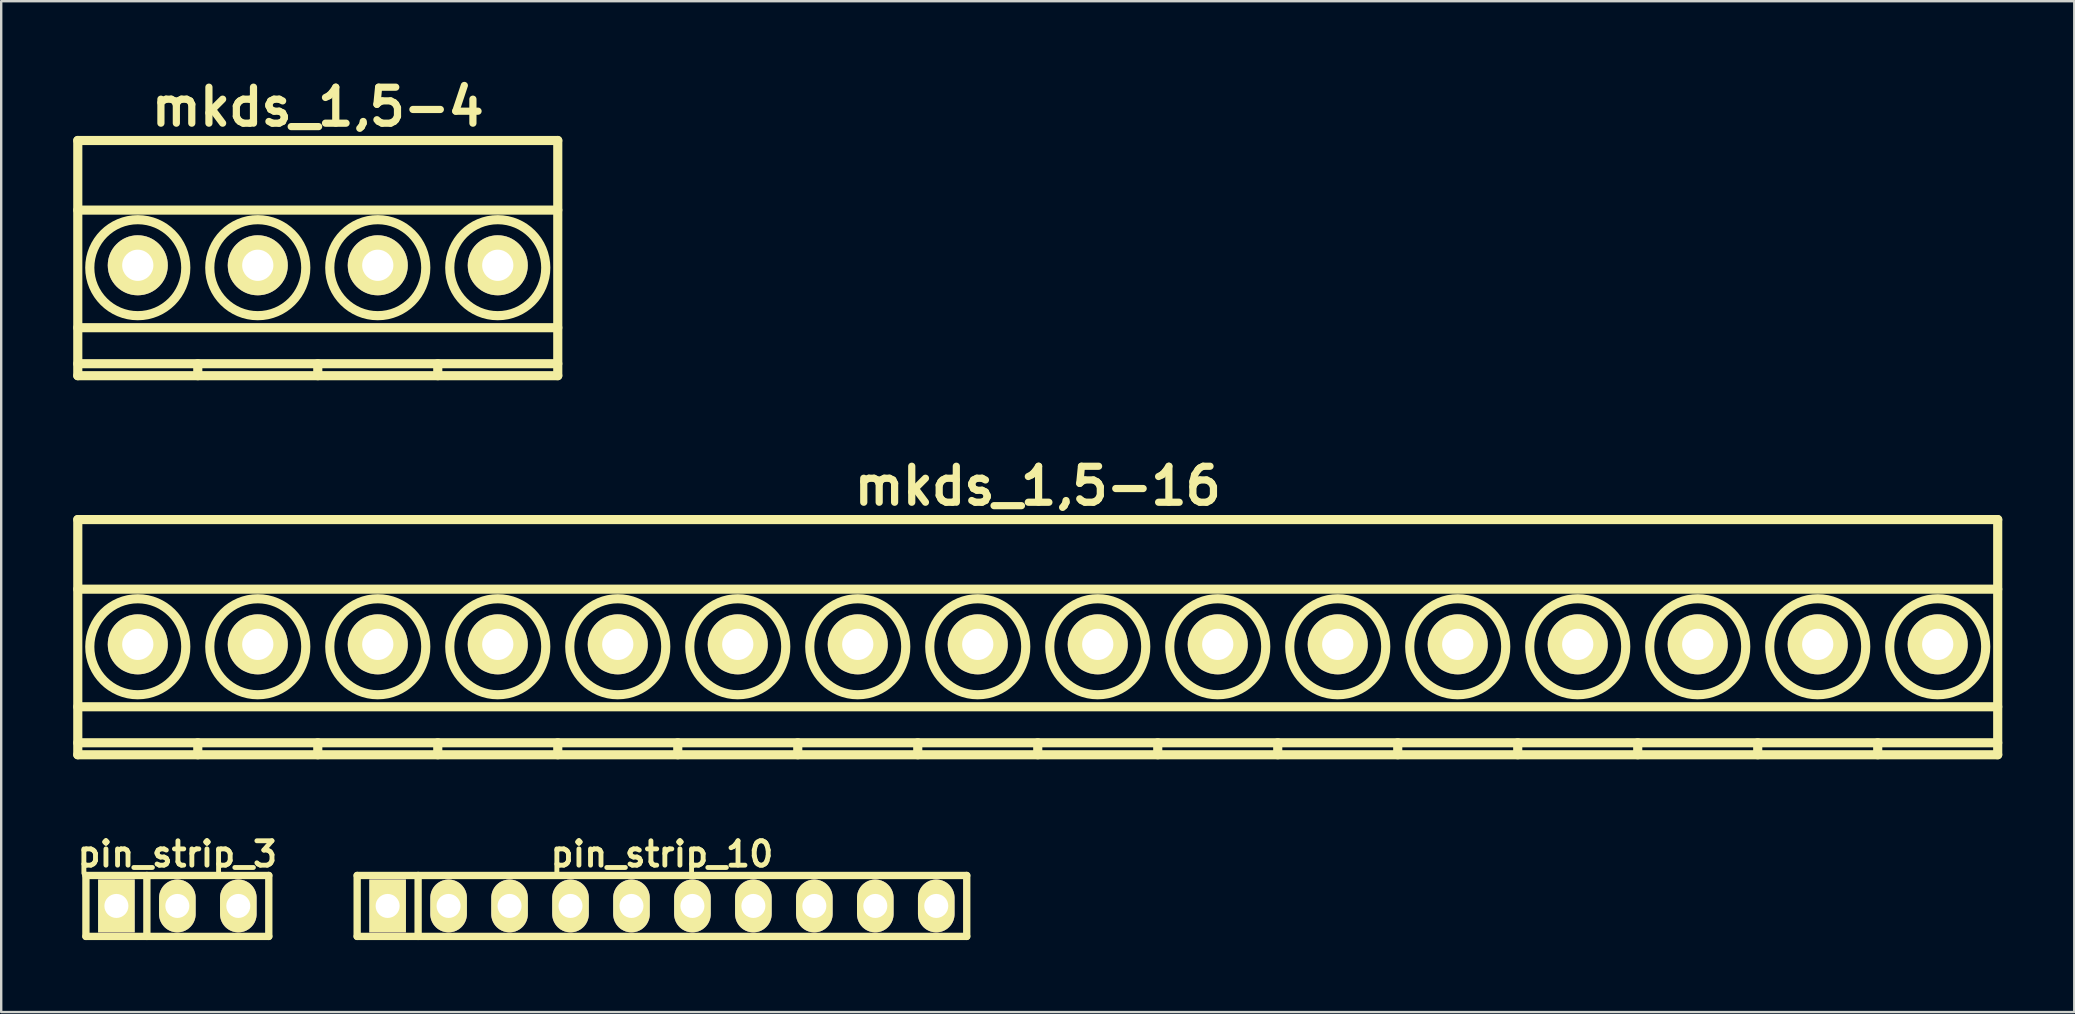
<source format=kicad_pcb>
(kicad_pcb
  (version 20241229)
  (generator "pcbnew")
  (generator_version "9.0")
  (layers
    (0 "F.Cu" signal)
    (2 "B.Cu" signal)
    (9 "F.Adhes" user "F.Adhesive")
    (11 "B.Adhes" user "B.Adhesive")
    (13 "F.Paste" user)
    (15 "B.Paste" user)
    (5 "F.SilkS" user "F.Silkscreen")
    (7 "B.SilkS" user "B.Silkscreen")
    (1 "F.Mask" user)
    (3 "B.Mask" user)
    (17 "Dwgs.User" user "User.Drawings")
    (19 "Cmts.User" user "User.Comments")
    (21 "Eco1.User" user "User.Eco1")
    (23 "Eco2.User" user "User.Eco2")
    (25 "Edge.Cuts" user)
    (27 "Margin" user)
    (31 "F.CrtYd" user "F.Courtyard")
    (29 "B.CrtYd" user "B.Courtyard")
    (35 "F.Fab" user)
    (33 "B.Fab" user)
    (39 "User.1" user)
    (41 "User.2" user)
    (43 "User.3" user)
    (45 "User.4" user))
  (footprint "pin_strip_3"
    (layer "F.Cu")
    (at 4.34 34.699)
    (property "Reference" "pin_strip_3" (at 0 -2.159 0) (layer "F.SilkS") (effects (font (size 1.016 1.016) (thickness 0.203))))
    (attr through_hole)
    (fp_line (start -3.81 -1.27) (end 3.81 -1.27) (stroke (width 0.305) (type solid)) (layer "F.SilkS"))
    (fp_line (start -3.81 1.27) (end -3.81 -1.27) (stroke (width 0.305) (type solid)) (layer "F.SilkS"))
    (fp_line (start -1.27 1.27) (end -1.27 -1.27) (stroke (width 0.305) (type solid)) (layer "F.SilkS"))
    (fp_line (start 3.81 -1.27) (end 3.81 1.27) (stroke (width 0.305) (type solid)) (layer "F.SilkS"))
    (fp_line (start 3.81 1.27) (end -3.81 1.27) (stroke (width 0.305) (type solid)) (layer "F.SilkS"))
    (pad "1" thru_hole rect (at -2.54 0) (size 1.524 2.2) (drill 1.001) (layers "*.Cu" "*.Mask" "F.SilkS"))
    (pad "2" thru_hole oval (at 0 0) (size 1.524 2.2) (drill 1.001) (layers "*.Cu" "*.Mask" "F.SilkS"))
    (pad "3" thru_hole oval (at 2.54 0) (size 1.524 2.2) (drill 1.001) (layers "*.Cu" "*.Mask" "F.SilkS")))
  (footprint "mkds_1,5-4"
    (layer "F.Cu")
    (at 10.191 8.004)
    (property "Reference" "mkds_1,5-4" (at 0 -6.6 0) (layer "F.SilkS") (effects (font (size 1.5 1.5) (thickness 0.3))))
    (attr through_hole)
    (fp_line (start -10 -5.2) (end -10 4.6) (stroke (width 0.381) (type solid)) (layer "F.SilkS"))
    (fp_line (start -10 -2.3) (end 10 -2.3) (stroke (width 0.381) (type solid)) (layer "F.SilkS"))
    (fp_line (start -10 2.6) (end 10 2.6) (stroke (width 0.381) (type solid)) (layer "F.SilkS"))
    (fp_line (start -10 4.1) (end 10 4.1) (stroke (width 0.381) (type solid)) (layer "F.SilkS"))
    (fp_line (start -10 4.6) (end 10 4.6) (stroke (width 0.381) (type solid)) (layer "F.SilkS"))
    (fp_line (start -5 4.1) (end -5 4.6) (stroke (width 0.381) (type solid)) (layer "F.SilkS"))
    (fp_line (start 0 4.1) (end 0 4.6) (stroke (width 0.381) (type solid)) (layer "F.SilkS"))
    (fp_line (start 5 4.1) (end 5 4.6) (stroke (width 0.381) (type solid)) (layer "F.SilkS"))
    (fp_line (start 10 -5.2) (end -10 -5.2) (stroke (width 0.381) (type solid)) (layer "F.SilkS"))
    (fp_line (start 10 4.6) (end 10 -5.2) (stroke (width 0.381) (type solid)) (layer "F.SilkS"))
    (fp_circle (center -7.5 0.1) (end -5.5 0.1) (stroke (width 0.381) (type solid)) (fill no) (layer "F.SilkS"))
    (fp_circle (center -2.5 0.1) (end -4.5 0.1) (stroke (width 0.381) (type solid)) (fill no) (layer "F.SilkS"))
    (fp_circle (center 2.5 0.1) (end 0.5 0.1) (stroke (width 0.381) (type solid)) (fill no) (layer "F.SilkS"))
    (fp_circle (center 7.5 0.1) (end 5.5 0.1) (stroke (width 0.381) (type solid)) (fill no) (layer "F.SilkS"))
    (pad "1" thru_hole circle (at -7.5 0) (size 2.5 2.5) (drill 1.3) (layers "*.Cu" "*.Mask" "F.SilkS"))
    (pad "2" thru_hole circle (at -2.5 0) (size 2.5 2.5) (drill 1.3) (layers "*.Cu" "*.Mask" "F.SilkS"))
    (pad "3" thru_hole circle (at 2.5 0) (size 2.5 2.5) (drill 1.3) (layers "*.Cu" "*.Mask" "F.SilkS"))
    (pad "4" thru_hole circle (at 7.5 0) (size 2.5 2.5) (drill 1.3) (layers "*.Cu" "*.Mask" "F.SilkS")))
  (footprint "mkds_1,5-16"
    (layer "F.Cu")
    (at 40.191 23.799)
    (property "Reference" "mkds_1,5-16" (at 0 -6.6 0) (layer "F.SilkS") (effects (font (size 1.5 1.5) (thickness 0.3))))
    (attr through_hole)
    (fp_line (start -40 -5.2) (end -40 4.6) (stroke (width 0.381) (type solid)) (layer "F.SilkS"))
    (fp_line (start -40 -2.3) (end 40 -2.3) (stroke (width 0.381) (type solid)) (layer "F.SilkS"))
    (fp_line (start -40 2.6) (end 40 2.6) (stroke (width 0.381) (type solid)) (layer "F.SilkS"))
    (fp_line (start -40 4.1) (end 40 4.1) (stroke (width 0.381) (type solid)) (layer "F.SilkS"))
    (fp_line (start -40 4.6) (end 40 4.6) (stroke (width 0.381) (type solid)) (layer "F.SilkS"))
    (fp_line (start -35 4.1) (end -35 4.6) (stroke (width 0.381) (type solid)) (layer "F.SilkS"))
    (fp_line (start -30 4.1) (end -30 4.6) (stroke (width 0.381) (type solid)) (layer "F.SilkS"))
    (fp_line (start -25 4.1) (end -25 4.6) (stroke (width 0.381) (type solid)) (layer "F.SilkS"))
    (fp_line (start -20 4.1) (end -20 4.6) (stroke (width 0.381) (type solid)) (layer "F.SilkS"))
    (fp_line (start -15 4.1) (end -15 4.6) (stroke (width 0.381) (type solid)) (layer "F.SilkS"))
    (fp_line (start -10 4.1) (end -10 4.6) (stroke (width 0.381) (type solid)) (layer "F.SilkS"))
    (fp_line (start -5 4.1) (end -5 4.6) (stroke (width 0.381) (type solid)) (layer "F.SilkS"))
    (fp_line (start 0 4.1) (end 0 4.6) (stroke (width 0.381) (type solid)) (layer "F.SilkS"))
    (fp_line (start 5 4.1) (end 5 4.6) (stroke (width 0.381) (type solid)) (layer "F.SilkS"))
    (fp_line (start 10 4.1) (end 10 4.6) (stroke (width 0.381) (type solid)) (layer "F.SilkS"))
    (fp_line (start 15 4.1) (end 15 4.6) (stroke (width 0.381) (type solid)) (layer "F.SilkS"))
    (fp_line (start 20 4.1) (end 20 4.6) (stroke (width 0.381) (type solid)) (layer "F.SilkS"))
    (fp_line (start 25 4.1) (end 25 4.6) (stroke (width 0.381) (type solid)) (layer "F.SilkS"))
    (fp_line (start 30 4.1) (end 30 4.6) (stroke (width 0.381) (type solid)) (layer "F.SilkS"))
    (fp_line (start 35 4.1) (end 35 4.6) (stroke (width 0.381) (type solid)) (layer "F.SilkS"))
    (fp_line (start 40 -5.2) (end -40 -5.2) (stroke (width 0.381) (type solid)) (layer "F.SilkS"))
    (fp_line (start 40 4.6) (end 40 -5.2) (stroke (width 0.381) (type solid)) (layer "F.SilkS"))
    (fp_circle (center -37.5 0.1) (end -35.5 0.1) (stroke (width 0.381) (type solid)) (fill no) (layer "F.SilkS"))
    (fp_circle (center -32.5 0.1) (end -34.5 0.1) (stroke (width 0.381) (type solid)) (fill no) (layer "F.SilkS"))
    (fp_circle (center -27.5 0.1) (end -29.5 0.1) (stroke (width 0.381) (type solid)) (fill no) (layer "F.SilkS"))
    (fp_circle (center -22.5 0.1) (end -24.5 0.1) (stroke (width 0.381) (type solid)) (fill no) (layer "F.SilkS"))
    (fp_circle (center -17.5 0.1) (end -19.5 0.1) (stroke (width 0.381) (type solid)) (fill no) (layer "F.SilkS"))
    (fp_circle (center -12.5 0.1) (end -14.5 0.1) (stroke (width 0.381) (type solid)) (fill no) (layer "F.SilkS"))
    (fp_circle (center -7.5 0.1) (end -9.5 0.1) (stroke (width 0.381) (type solid)) (fill no) (layer "F.SilkS"))
    (fp_circle (center -2.5 0.1) (end -4.5 0.1) (stroke (width 0.381) (type solid)) (fill no) (layer "F.SilkS"))
    (fp_circle (center 2.5 0.1) (end 0.5 0.1) (stroke (width 0.381) (type solid)) (fill no) (layer "F.SilkS"))
    (fp_circle (center 7.5 0.1) (end 5.5 0.1) (stroke (width 0.381) (type solid)) (fill no) (layer "F.SilkS"))
    (fp_circle (center 12.5 0.1) (end 10.5 0.1) (stroke (width 0.381) (type solid)) (fill no) (layer "F.SilkS"))
    (fp_circle (center 17.5 0.1) (end 15.5 0.1) (stroke (width 0.381) (type solid)) (fill no) (layer "F.SilkS"))
    (fp_circle (center 22.5 0.1) (end 20.5 0.1) (stroke (width 0.381) (type solid)) (fill no) (layer "F.SilkS"))
    (fp_circle (center 27.5 0.1) (end 25.5 0.1) (stroke (width 0.381) (type solid)) (fill no) (layer "F.SilkS"))
    (fp_circle (center 32.5 0.1) (end 30.5 0.1) (stroke (width 0.381) (type solid)) (fill no) (layer "F.SilkS"))
    (fp_circle (center 37.5 0.1) (end 35.5 0.1) (stroke (width 0.381) (type solid)) (fill no) (layer "F.SilkS"))
    (pad "1" thru_hole circle (at -37.5 0) (size 2.5 2.5) (drill 1.3) (layers "*.Cu" "*.Mask" "F.SilkS"))
    (pad "2" thru_hole circle (at -32.5 0) (size 2.5 2.5) (drill 1.3) (layers "*.Cu" "*.Mask" "F.SilkS"))
    (pad "3" thru_hole circle (at -27.5 0) (size 2.5 2.5) (drill 1.3) (layers "*.Cu" "*.Mask" "F.SilkS"))
    (pad "4" thru_hole circle (at -22.5 0) (size 2.5 2.5) (drill 1.3) (layers "*.Cu" "*.Mask" "F.SilkS"))
    (pad "5" thru_hole circle (at -17.5 0) (size 2.5 2.5) (drill 1.3) (layers "*.Cu" "*.Mask" "F.SilkS"))
    (pad "6" thru_hole circle (at -12.5 0) (size 2.5 2.5) (drill 1.3) (layers "*.Cu" "*.Mask" "F.SilkS"))
    (pad "7" thru_hole circle (at -7.5 0) (size 2.5 2.5) (drill 1.3) (layers "*.Cu" "*.Mask" "F.SilkS"))
    (pad "8" thru_hole circle (at -2.5 0) (size 2.5 2.5) (drill 1.3) (layers "*.Cu" "*.Mask" "F.SilkS"))
    (pad "9" thru_hole circle (at 2.5 0) (size 2.5 2.5) (drill 1.3) (layers "*.Cu" "*.Mask" "F.SilkS"))
    (pad "10" thru_hole circle (at 7.5 0) (size 2.5 2.5) (drill 1.3) (layers "*.Cu" "*.Mask" "F.SilkS"))
    (pad "11" thru_hole circle (at 12.5 0) (size 2.5 2.5) (drill 1.3) (layers "*.Cu" "*.Mask" "F.SilkS"))
    (pad "12" thru_hole circle (at 17.5 0) (size 2.5 2.5) (drill 1.3) (layers "*.Cu" "*.Mask" "F.SilkS"))
    (pad "13" thru_hole circle (at 22.5 0) (size 2.5 2.5) (drill 1.3) (layers "*.Cu" "*.Mask" "F.SilkS"))
    (pad "14" thru_hole circle (at 27.5 0) (size 2.5 2.5) (drill 1.3) (layers "*.Cu" "*.Mask" "F.SilkS"))
    (pad "15" thru_hole circle (at 32.5 0) (size 2.5 2.5) (drill 1.3) (layers "*.Cu" "*.Mask" "F.SilkS"))
    (pad "16" thru_hole circle (at 37.5 0) (size 2.5 2.5) (drill 1.3) (layers "*.Cu" "*.Mask" "F.SilkS")))
  (footprint "pin_strip_10"
    (layer "F.Cu")
    (at 24.532 34.699)
    (property "Reference" "pin_strip_10" (at 0 -2.159 0) (layer "F.SilkS") (effects (font (size 1.016 1.016) (thickness 0.203))))
    (attr through_hole)
    (fp_line (start -12.7 -1.27) (end 12.7 -1.27) (stroke (width 0.305) (type solid)) (layer "F.SilkS"))
    (fp_line (start -12.7 1.27) (end -12.7 -1.27) (stroke (width 0.305) (type solid)) (layer "F.SilkS"))
    (fp_line (start -10.16 -1.27) (end -10.16 1.27) (stroke (width 0.305) (type solid)) (layer "F.SilkS"))
    (fp_line (start 12.7 -1.27) (end 12.7 1.27) (stroke (width 0.305) (type solid)) (layer "F.SilkS"))
    (fp_line (start 12.7 1.27) (end -12.7 1.27) (stroke (width 0.305) (type solid)) (layer "F.SilkS"))
    (pad "1" thru_hole rect (at -11.43 0) (size 1.524 2.2) (drill 1.001) (layers "*.Cu" "*.Mask" "F.SilkS"))
    (pad "2" thru_hole oval (at -8.89 0) (size 1.524 2.2) (drill 1.001) (layers "*.Cu" "*.Mask" "F.SilkS"))
    (pad "3" thru_hole oval (at -6.35 0) (size 1.524 2.2) (drill 1.001) (layers "*.Cu" "*.Mask" "F.SilkS"))
    (pad "4" thru_hole oval (at -3.81 0) (size 1.524 2.2) (drill 1.001) (layers "*.Cu" "*.Mask" "F.SilkS"))
    (pad "5" thru_hole oval (at -1.27 0) (size 1.524 2.2) (drill 1.001) (layers "*.Cu" "*.Mask" "F.SilkS"))
    (pad "6" thru_hole oval (at 1.27 0) (size 1.524 2.2) (drill 1.001) (layers "*.Cu" "*.Mask" "F.SilkS"))
    (pad "7" thru_hole oval (at 3.81 0) (size 1.524 2.2) (drill 1.001) (layers "*.Cu" "*.Mask" "F.SilkS"))
    (pad "8" thru_hole oval (at 6.35 0) (size 1.524 2.2) (drill 1.001) (layers "*.Cu" "*.Mask" "F.SilkS"))
    (pad "9" thru_hole oval (at 8.89 0) (size 1.524 2.2) (drill 1.001) (layers "*.Cu" "*.Mask" "F.SilkS"))
    (pad "10" thru_hole oval (at 11.43 0) (size 1.524 2.2) (drill 1.001) (layers "*.Cu" "*.Mask" "F.SilkS")))
  (gr_rect
    (start -3 -3)
    (end 83.381 39.121)
    (stroke (width 0.1) (type default))
    (fill no)
    (layer "Edge.Cuts")))
</source>
